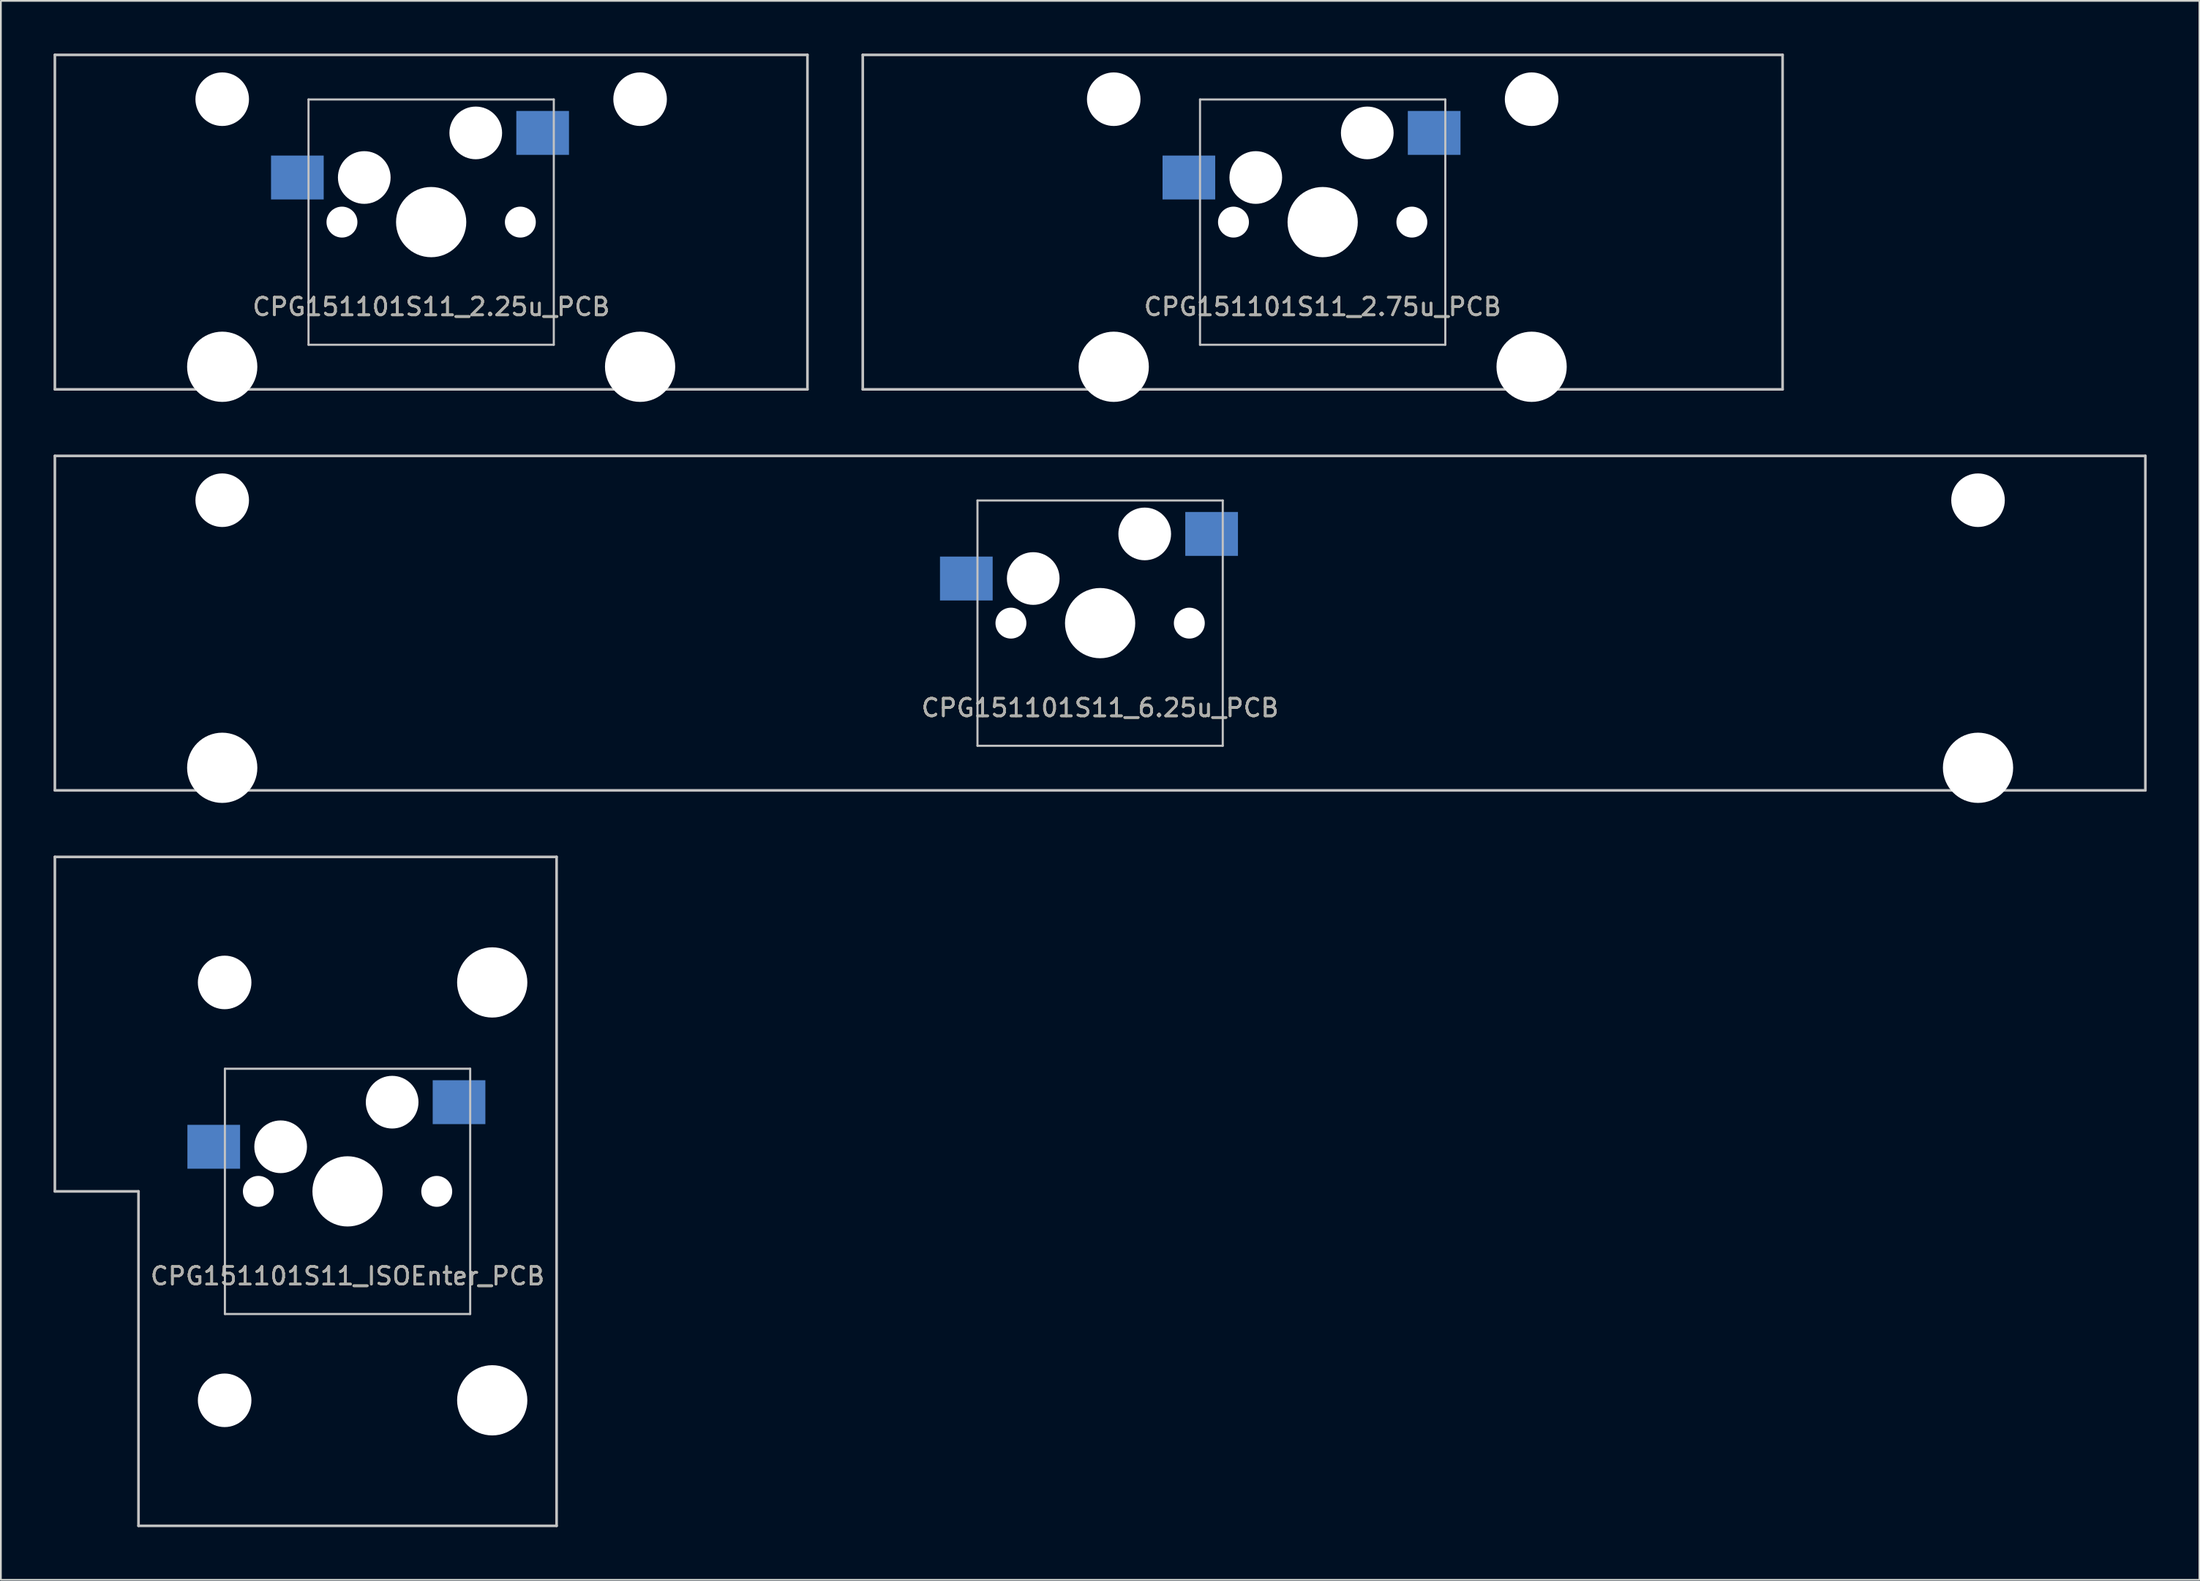
<source format=kicad_pcb>
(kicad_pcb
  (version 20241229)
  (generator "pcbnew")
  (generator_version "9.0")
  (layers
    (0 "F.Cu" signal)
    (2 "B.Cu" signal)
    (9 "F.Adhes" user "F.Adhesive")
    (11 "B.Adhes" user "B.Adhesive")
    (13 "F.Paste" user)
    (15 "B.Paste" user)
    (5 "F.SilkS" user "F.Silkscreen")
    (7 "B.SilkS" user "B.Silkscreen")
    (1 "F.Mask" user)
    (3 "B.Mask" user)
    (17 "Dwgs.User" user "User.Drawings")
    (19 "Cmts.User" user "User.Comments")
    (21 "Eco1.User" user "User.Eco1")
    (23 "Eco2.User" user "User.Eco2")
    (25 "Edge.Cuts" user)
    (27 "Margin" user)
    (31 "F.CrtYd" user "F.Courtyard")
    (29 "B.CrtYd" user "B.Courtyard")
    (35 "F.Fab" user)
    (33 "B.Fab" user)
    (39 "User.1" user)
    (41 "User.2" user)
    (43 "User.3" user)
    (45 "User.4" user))
  (footprint "CPG151101S11_6.25u_PCB"
    (layer "F.Cu")
    (at 62.146 27.36)
    (property "Reference" "CPG151101S11_6.25u_PCB" (at -2.54 9.906 0) (layer "F.SilkS") (effects (font (size 1 1) (thickness 0.15))))
    (attr through_hole)
    (fp_line (start -62.071 -4.445) (end 56.991 -4.445) (stroke (width 0.15) (type solid)) (layer "Dwgs.User"))
    (fp_line (start -62.071 14.605) (end -62.071 -4.445) (stroke (width 0.15) (type solid)) (layer "Dwgs.User"))
    (fp_line (start -9.525 -1.905) (end 4.445 -1.905) (stroke (width 0.12) (type solid)) (layer "Dwgs.User"))
    (fp_line (start -9.525 12.065) (end -9.525 -1.905) (stroke (width 0.12) (type solid)) (layer "Dwgs.User"))
    (fp_line (start 4.445 -1.905) (end 4.445 12.065) (stroke (width 0.12) (type solid)) (layer "Dwgs.User"))
    (fp_line (start 4.445 12.065) (end -9.525 12.065) (stroke (width 0.12) (type solid)) (layer "Dwgs.User"))
    (fp_line (start 56.991 -4.445) (end 56.991 14.605) (stroke (width 0.15) (type solid)) (layer "Dwgs.User"))
    (fp_line (start 56.991 14.605) (end -62.071 14.605) (stroke (width 0.15) (type solid)) (layer "Dwgs.User"))
    (fp_text user "${REFERENCE}" (at -2.54 9.906 0) (layer "F.Fab") (effects (font (size 1 1) (thickness 0.15))))
    (pad "" np_thru_hole circle (at -52.54 -1.92) (size 3.05 3.05) (drill 3.05) (layers "*.Cu" "*.Mask"))
    (pad "" np_thru_hole circle (at -52.54 13.32) (size 4 4) (drill 4) (layers "*.Cu" "*.Mask"))
    (pad "" np_thru_hole circle (at -7.62 5.08) (size 1.76 1.76) (drill 1.76) (layers "*.Cu" "*.Mask"))
    (pad "" np_thru_hole circle (at -6.35 2.54) (size 3 3) (drill 3) (layers "*.Cu" "*.Mask"))
    (pad "" np_thru_hole circle (at -2.54 5.08) (size 4 4) (drill 4) (layers "*.Cu" "*.Mask"))
    (pad "" np_thru_hole circle (at 0 0) (size 3 3) (drill 3) (layers "*.Cu" "*.Mask"))
    (pad "" np_thru_hole circle (at 2.54 5.08) (size 1.76 1.76) (drill 1.76) (layers "*.Cu" "*.Mask"))
    (pad "" np_thru_hole circle (at 47.46 -1.92) (size 3.05 3.05) (drill 3.05) (layers "*.Cu" "*.Mask"))
    (pad "" np_thru_hole circle (at 47.46 13.32) (size 4 4) (drill 4) (layers "*.Cu" "*.Mask"))
    (pad "1" smd rect (at 3.81 0) (size 3 2.5) (layers "B.Cu" "B.Mask" "B.Paste"))
    (pad "2" smd rect (at -10.16 2.54) (size 3 2.5) (layers "B.Cu" "B.Mask" "B.Paste")))
  (footprint "CPG151101S11_2.75u_PCB"
    (layer "F.Cu")
    (at 74.821 4.52)
    (property "Reference" "CPG151101S11_2.75u_PCB" (at -2.54 9.906 0) (layer "F.SilkS") (effects (font (size 1 1) (thickness 0.15))))
    (attr through_hole)
    (fp_line (start -28.734 -4.445) (end 23.654 -4.445) (stroke (width 0.15) (type solid)) (layer "Dwgs.User"))
    (fp_line (start -28.734 14.605) (end -28.734 -4.445) (stroke (width 0.15) (type solid)) (layer "Dwgs.User"))
    (fp_line (start -9.525 -1.905) (end 4.445 -1.905) (stroke (width 0.12) (type solid)) (layer "Dwgs.User"))
    (fp_line (start -9.525 12.065) (end -9.525 -1.905) (stroke (width 0.12) (type solid)) (layer "Dwgs.User"))
    (fp_line (start 4.445 -1.905) (end 4.445 12.065) (stroke (width 0.12) (type solid)) (layer "Dwgs.User"))
    (fp_line (start 4.445 12.065) (end -9.525 12.065) (stroke (width 0.12) (type solid)) (layer "Dwgs.User"))
    (fp_line (start 23.654 -4.445) (end 23.654 14.605) (stroke (width 0.15) (type solid)) (layer "Dwgs.User"))
    (fp_line (start 23.654 14.605) (end -28.734 14.605) (stroke (width 0.15) (type solid)) (layer "Dwgs.User"))
    (fp_text user "${REFERENCE}" (at -2.54 9.906 0) (layer "F.Fab") (effects (font (size 1 1) (thickness 0.15))))
    (pad "" np_thru_hole circle (at -14.44 -1.92) (size 3.05 3.05) (drill 3.05) (layers "*.Cu" "*.Mask"))
    (pad "" np_thru_hole circle (at -14.44 13.32) (size 4 4) (drill 4) (layers "*.Cu" "*.Mask"))
    (pad "" np_thru_hole circle (at -7.62 5.08) (size 1.76 1.76) (drill 1.76) (layers "*.Cu" "*.Mask"))
    (pad "" np_thru_hole circle (at -6.35 2.54) (size 3 3) (drill 3) (layers "*.Cu" "*.Mask"))
    (pad "" np_thru_hole circle (at -2.54 5.08) (size 4 4) (drill 4) (layers "*.Cu" "*.Mask"))
    (pad "" np_thru_hole circle (at 0 0) (size 3 3) (drill 3) (layers "*.Cu" "*.Mask"))
    (pad "" np_thru_hole circle (at 2.54 5.08) (size 1.76 1.76) (drill 1.76) (layers "*.Cu" "*.Mask"))
    (pad "" np_thru_hole circle (at 9.36 -1.92) (size 3.05 3.05) (drill 3.05) (layers "*.Cu" "*.Mask"))
    (pad "" np_thru_hole circle (at 9.36 13.32) (size 4 4) (drill 4) (layers "*.Cu" "*.Mask"))
    (pad "1" smd rect (at 3.81 0) (size 3 2.5) (layers "B.Cu" "B.Mask" "B.Paste"))
    (pad "2" smd rect (at -10.16 2.54) (size 3 2.5) (layers "B.Cu" "B.Mask" "B.Paste")))
  (footprint "CPG151101S11_ISOEnter_PCB"
    (layer "F.Cu")
    (at 19.284 59.725)
    (property "Reference" "CPG151101S11_ISOEnter_PCB" (at -2.54 9.906 0) (layer "F.SilkS") (effects (font (size 1 1) (thickness 0.15))))
    (attr through_hole)
    (fp_line (start -19.209 -13.97) (end 9.366 -13.97) (stroke (width 0.15) (type solid)) (layer "Dwgs.User"))
    (fp_line (start -19.209 5.08) (end -19.209 -13.97) (stroke (width 0.15) (type solid)) (layer "Dwgs.User"))
    (fp_line (start -14.446 5.08) (end -19.209 5.08) (stroke (width 0.15) (type solid)) (layer "Dwgs.User"))
    (fp_line (start -14.446 24.13) (end -14.446 5.08) (stroke (width 0.15) (type solid)) (layer "Dwgs.User"))
    (fp_line (start -9.525 -1.905) (end 4.445 -1.905) (stroke (width 0.12) (type solid)) (layer "Dwgs.User"))
    (fp_line (start -9.525 12.065) (end -9.525 -1.905) (stroke (width 0.12) (type solid)) (layer "Dwgs.User"))
    (fp_line (start 4.445 -1.905) (end 4.445 12.065) (stroke (width 0.12) (type solid)) (layer "Dwgs.User"))
    (fp_line (start 4.445 12.065) (end -9.525 12.065) (stroke (width 0.12) (type solid)) (layer "Dwgs.User"))
    (fp_line (start 9.366 -13.97) (end 9.366 24.13) (stroke (width 0.15) (type solid)) (layer "Dwgs.User"))
    (fp_line (start 9.366 24.13) (end -14.446 24.13) (stroke (width 0.15) (type solid)) (layer "Dwgs.User"))
    (fp_text user "${REFERENCE}" (at -2.54 9.906 0) (layer "F.Fab") (effects (font (size 1 1) (thickness 0.15))))
    (pad "" np_thru_hole circle (at -9.54 -6.82) (size 3.05 3.05) (drill 3.05) (layers "*.Cu" "*.Mask"))
    (pad "" np_thru_hole circle (at -9.54 16.98) (size 3.05 3.05) (drill 3.05) (layers "*.Cu" "*.Mask"))
    (pad "" np_thru_hole circle (at -7.62 5.08) (size 1.76 1.76) (drill 1.76) (layers "*.Cu" "*.Mask"))
    (pad "" np_thru_hole circle (at -6.35 2.54) (size 3 3) (drill 3) (layers "*.Cu" "*.Mask"))
    (pad "" np_thru_hole circle (at -2.54 5.08) (size 4 4) (drill 4) (layers "*.Cu" "*.Mask"))
    (pad "" np_thru_hole circle (at 0 0) (size 3 3) (drill 3) (layers "*.Cu" "*.Mask"))
    (pad "" np_thru_hole circle (at 2.54 5.08) (size 1.76 1.76) (drill 1.76) (layers "*.Cu" "*.Mask"))
    (pad "" np_thru_hole circle (at 5.7 -6.82) (size 4 4) (drill 4) (layers "*.Cu" "*.Mask"))
    (pad "" np_thru_hole circle (at 5.7 16.98) (size 4 4) (drill 4) (layers "*.Cu" "*.Mask"))
    (pad "1" smd rect (at 3.81 0) (size 3 2.5) (layers "B.Cu" "B.Mask" "B.Paste"))
    (pad "2" smd rect (at -10.16 2.54) (size 3 2.5) (layers "B.Cu" "B.Mask" "B.Paste")))
  (footprint "CPG151101S11_2.25u_PCB"
    (layer "F.Cu")
    (at 24.046 4.52)
    (property "Reference" "CPG151101S11_2.25u_PCB" (at -2.54 9.906 0) (layer "F.SilkS") (effects (font (size 1 1) (thickness 0.15))))
    (attr through_hole)
    (fp_line (start -23.971 -4.445) (end 18.891 -4.445) (stroke (width 0.15) (type solid)) (layer "Dwgs.User"))
    (fp_line (start -23.971 14.605) (end -23.971 -4.445) (stroke (width 0.15) (type solid)) (layer "Dwgs.User"))
    (fp_line (start -9.525 -1.905) (end 4.445 -1.905) (stroke (width 0.12) (type solid)) (layer "Dwgs.User"))
    (fp_line (start -9.525 12.065) (end -9.525 -1.905) (stroke (width 0.12) (type solid)) (layer "Dwgs.User"))
    (fp_line (start 4.445 -1.905) (end 4.445 12.065) (stroke (width 0.12) (type solid)) (layer "Dwgs.User"))
    (fp_line (start 4.445 12.065) (end -9.525 12.065) (stroke (width 0.12) (type solid)) (layer "Dwgs.User"))
    (fp_line (start 18.891 -4.445) (end 18.891 14.605) (stroke (width 0.15) (type solid)) (layer "Dwgs.User"))
    (fp_line (start 18.891 14.605) (end -23.971 14.605) (stroke (width 0.15) (type solid)) (layer "Dwgs.User"))
    (fp_text user "${REFERENCE}" (at -2.54 9.906 0) (layer "F.Fab") (effects (font (size 1 1) (thickness 0.15))))
    (pad "" np_thru_hole circle (at -14.44 -1.92) (size 3.05 3.05) (drill 3.05) (layers "*.Cu" "*.Mask"))
    (pad "" np_thru_hole circle (at -14.44 13.32) (size 4 4) (drill 4) (layers "*.Cu" "*.Mask"))
    (pad "" np_thru_hole circle (at -7.62 5.08) (size 1.76 1.76) (drill 1.76) (layers "*.Cu" "*.Mask"))
    (pad "" np_thru_hole circle (at -6.35 2.54) (size 3 3) (drill 3) (layers "*.Cu" "*.Mask"))
    (pad "" np_thru_hole circle (at -2.54 5.08) (size 4 4) (drill 4) (layers "*.Cu" "*.Mask"))
    (pad "" np_thru_hole circle (at 0 0) (size 3 3) (drill 3) (layers "*.Cu" "*.Mask"))
    (pad "" np_thru_hole circle (at 2.54 5.08) (size 1.76 1.76) (drill 1.76) (layers "*.Cu" "*.Mask"))
    (pad "" np_thru_hole circle (at 9.36 -1.92) (size 3.05 3.05) (drill 3.05) (layers "*.Cu" "*.Mask"))
    (pad "" np_thru_hole circle (at 9.36 13.32) (size 4 4) (drill 4) (layers "*.Cu" "*.Mask"))
    (pad "1" smd rect (at 3.81 0) (size 3 2.5) (layers "B.Cu" "B.Mask" "B.Paste"))
    (pad "2" smd rect (at -10.16 2.54) (size 3 2.5) (layers "B.Cu" "B.Mask" "B.Paste")))
  (gr_rect
    (start -3 -3)
    (end 122.213 86.93)
    (stroke (width 0.1) (type default))
    (fill no)
    (layer "Edge.Cuts")))
</source>
